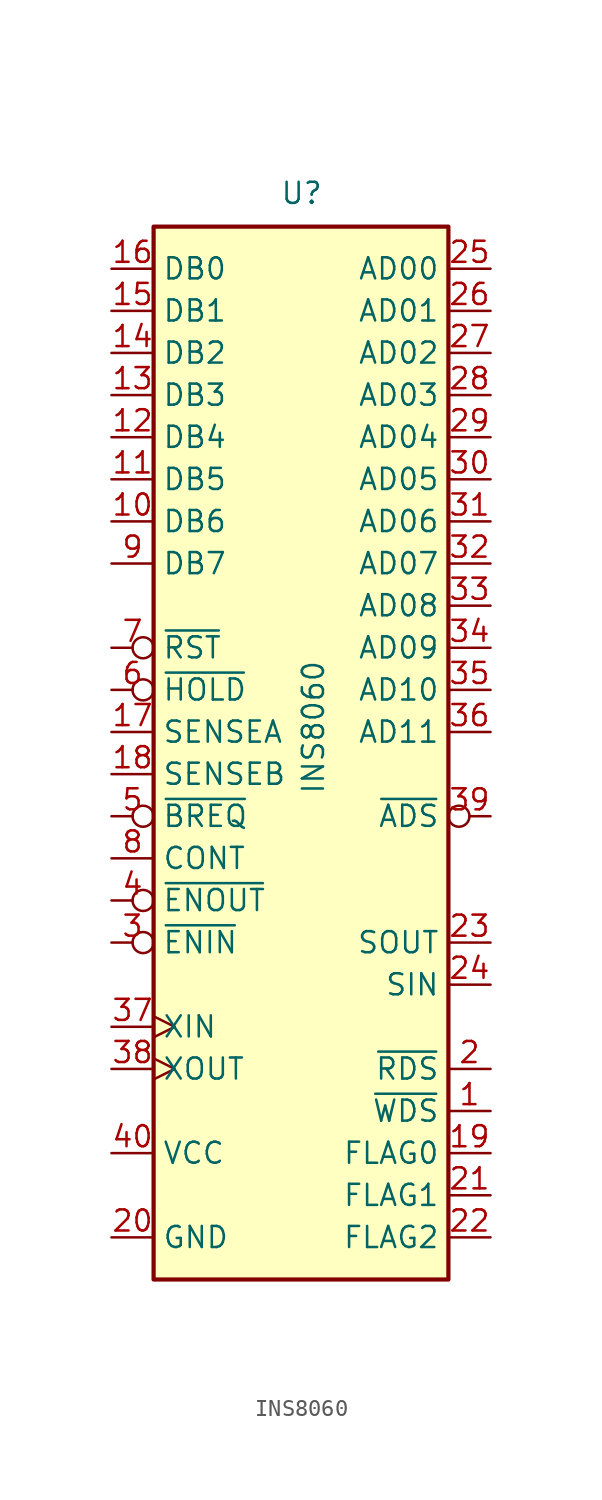
<source format=kicad_sym>
(kicad_symbol_lib
  (version 20231120)
  (generator "kicad_symbol_editor")
  (generator_version "8.0")
  (symbol "INS8060"
    (property "Reference" "U"
      (at -1.27 31.75 0)
      (effects (font (size 1.27 1.27)) (justify left bottom)))
    (property "Value" "INS8060"
      (at 0 -3.81 90)
      (effects (font (size 1.27 1.27)) (justify left top)))
    (symbol "INS8060_0_1"
      (rectangle (start -8.89 -33.02) (end 8.89 30.48) (stroke (width 0.254) (type default)) (fill (type background))))
    (symbol "INS8060_1_1"
      (pin output line (at 11.43 -22.86 180) (length 2.54) (name "~{WDS}" (effects (font (size 1.27 1.27)))) (number "1" (effects (font (size 1.27 1.27)))))
      (pin bidirectional line (at -11.43 12.7 0) (length 2.54) (name "DB6" (effects (font (size 1.27 1.27)))) (number "10" (effects (font (size 1.27 1.27)))))
      (pin bidirectional line (at -11.43 15.24 0) (length 2.54) (name "DB5" (effects (font (size 1.27 1.27)))) (number "11" (effects (font (size 1.27 1.27)))))
      (pin bidirectional line (at -11.43 17.78 0) (length 2.54) (name "DB4" (effects (font (size 1.27 1.27)))) (number "12" (effects (font (size 1.27 1.27)))))
      (pin bidirectional line (at -11.43 20.32 0) (length 2.54) (name "DB3" (effects (font (size 1.27 1.27)))) (number "13" (effects (font (size 1.27 1.27)))))
      (pin bidirectional line (at -11.43 22.86 0) (length 2.54) (name "DB2" (effects (font (size 1.27 1.27)))) (number "14" (effects (font (size 1.27 1.27)))))
      (pin bidirectional line (at -11.43 25.4 0) (length 2.54) (name "DB1" (effects (font (size 1.27 1.27)))) (number "15" (effects (font (size 1.27 1.27)))))
      (pin bidirectional line (at -11.43 27.94 0) (length 2.54) (name "DB0" (effects (font (size 1.27 1.27)))) (number "16" (effects (font (size 1.27 1.27)))))
      (pin input line (at -11.43 0 0) (length 2.54) (name "SENSEA" (effects (font (size 1.27 1.27)))) (number "17" (effects (font (size 1.27 1.27)))))
      (pin input line (at -11.43 -2.54 0) (length 2.54) (name "SENSEB" (effects (font (size 1.27 1.27)))) (number "18" (effects (font (size 1.27 1.27)))))
      (pin output line (at 11.43 -25.4 180) (length 2.54) (name "FLAG0" (effects (font (size 1.27 1.27)))) (number "19" (effects (font (size 1.27 1.27)))))
      (pin output line (at 11.43 -20.32 180) (length 2.54) (name "~{RDS}" (effects (font (size 1.27 1.27)))) (number "2" (effects (font (size 1.27 1.27)))))
      (pin power_in line (at -11.43 -30.48 0) (length 2.54) (name "GND" (effects (font (size 1.27 1.27)))) (number "20" (effects (font (size 1.27 1.27)))))
      (pin output line (at 11.43 -27.94 180) (length 2.54) (name "FLAG1" (effects (font (size 1.27 1.27)))) (number "21" (effects (font (size 1.27 1.27)))))
      (pin output line (at 11.43 -30.48 180) (length 2.54) (name "FLAG2" (effects (font (size 1.27 1.27)))) (number "22" (effects (font (size 1.27 1.27)))))
      (pin output line (at 11.43 -12.7 180) (length 2.54) (name "SOUT" (effects (font (size 1.27 1.27)))) (number "23" (effects (font (size 1.27 1.27)))))
      (pin input line (at 11.43 -15.24 180) (length 2.54) (name "SIN" (effects (font (size 1.27 1.27)))) (number "24" (effects (font (size 1.27 1.27)))))
      (pin output line (at 11.43 27.94 180) (length 2.54) (name "AD00" (effects (font (size 1.27 1.27)))) (number "25" (effects (font (size 1.27 1.27)))))
      (pin output line (at 11.43 25.4 180) (length 2.54) (name "AD01" (effects (font (size 1.27 1.27)))) (number "26" (effects (font (size 1.27 1.27)))))
      (pin output line (at 11.43 22.86 180) (length 2.54) (name "AD02" (effects (font (size 1.27 1.27)))) (number "27" (effects (font (size 1.27 1.27)))))
      (pin output line (at 11.43 20.32 180) (length 2.54) (name "AD03" (effects (font (size 1.27 1.27)))) (number "28" (effects (font (size 1.27 1.27)))))
      (pin output line (at 11.43 17.78 180) (length 2.54) (name "AD04" (effects (font (size 1.27 1.27)))) (number "29" (effects (font (size 1.27 1.27)))))
      (pin input inverted (at -11.43 -12.7 0) (length 2.54) (name "~{ENIN}" (effects (font (size 1.27 1.27)))) (number "3" (effects (font (size 1.27 1.27)))))
      (pin output line (at 11.43 15.24 180) (length 2.54) (name "AD05" (effects (font (size 1.27 1.27)))) (number "30" (effects (font (size 1.27 1.27)))))
      (pin output line (at 11.43 12.7 180) (length 2.54) (name "AD06" (effects (font (size 1.27 1.27)))) (number "31" (effects (font (size 1.27 1.27)))))
      (pin output line (at 11.43 10.16 180) (length 2.54) (name "AD07" (effects (font (size 1.27 1.27)))) (number "32" (effects (font (size 1.27 1.27)))))
      (pin output line (at 11.43 7.62 180) (length 2.54) (name "AD08" (effects (font (size 1.27 1.27)))) (number "33" (effects (font (size 1.27 1.27)))))
      (pin output line (at 11.43 5.08 180) (length 2.54) (name "AD09" (effects (font (size 1.27 1.27)))) (number "34" (effects (font (size 1.27 1.27)))))
      (pin output line (at 11.43 2.54 180) (length 2.54) (name "AD10" (effects (font (size 1.27 1.27)))) (number "35" (effects (font (size 1.27 1.27)))))
      (pin output line (at 11.43 0 180) (length 2.54) (name "AD11" (effects (font (size 1.27 1.27)))) (number "36" (effects (font (size 1.27 1.27)))))
      (pin input clock (at -11.43 -17.78 0) (length 2.54) (name "XIN" (effects (font (size 1.27 1.27)))) (number "37" (effects (font (size 1.27 1.27)))))
      (pin output clock (at -11.43 -20.32 0) (length 2.54) (name "XOUT" (effects (font (size 1.27 1.27)))) (number "38" (effects (font (size 1.27 1.27)))))
      (pin output inverted (at 11.43 -5.08 180) (length 2.54) (name "~{ADS}" (effects (font (size 1.27 1.27)))) (number "39" (effects (font (size 1.27 1.27)))))
      (pin output inverted (at -11.43 -10.16 0) (length 2.54) (name "~{ENOUT}" (effects (font (size 1.27 1.27)))) (number "4" (effects (font (size 1.27 1.27)))))
      (pin power_in line (at -11.43 -25.4 0) (length 2.54) (name "VCC" (effects (font (size 1.27 1.27)))) (number "40" (effects (font (size 1.27 1.27)))))
      (pin input inverted (at -11.43 -5.08 0) (length 2.54) (name "~{BREQ}" (effects (font (size 1.27 1.27)))) (number "5" (effects (font (size 1.27 1.27)))))
      (pin input inverted (at -11.43 2.54 0) (length 2.54) (name "~{HOLD}" (effects (font (size 1.27 1.27)))) (number "6" (effects (font (size 1.27 1.27)))))
      (pin input inverted (at -11.43 5.08 0) (length 2.54) (name "~{RST}" (effects (font (size 1.27 1.27)))) (number "7" (effects (font (size 1.27 1.27)))))
      (pin input line (at -11.43 -7.62 0) (length 2.54) (name "CONT" (effects (font (size 1.27 1.27)))) (number "8" (effects (font (size 1.27 1.27)))))
      (pin bidirectional line (at -11.43 10.16 0) (length 2.54) (name "DB7" (effects (font (size 1.27 1.27)))) (number "9" (effects (font (size 1.27 1.27))))))))
</source>
